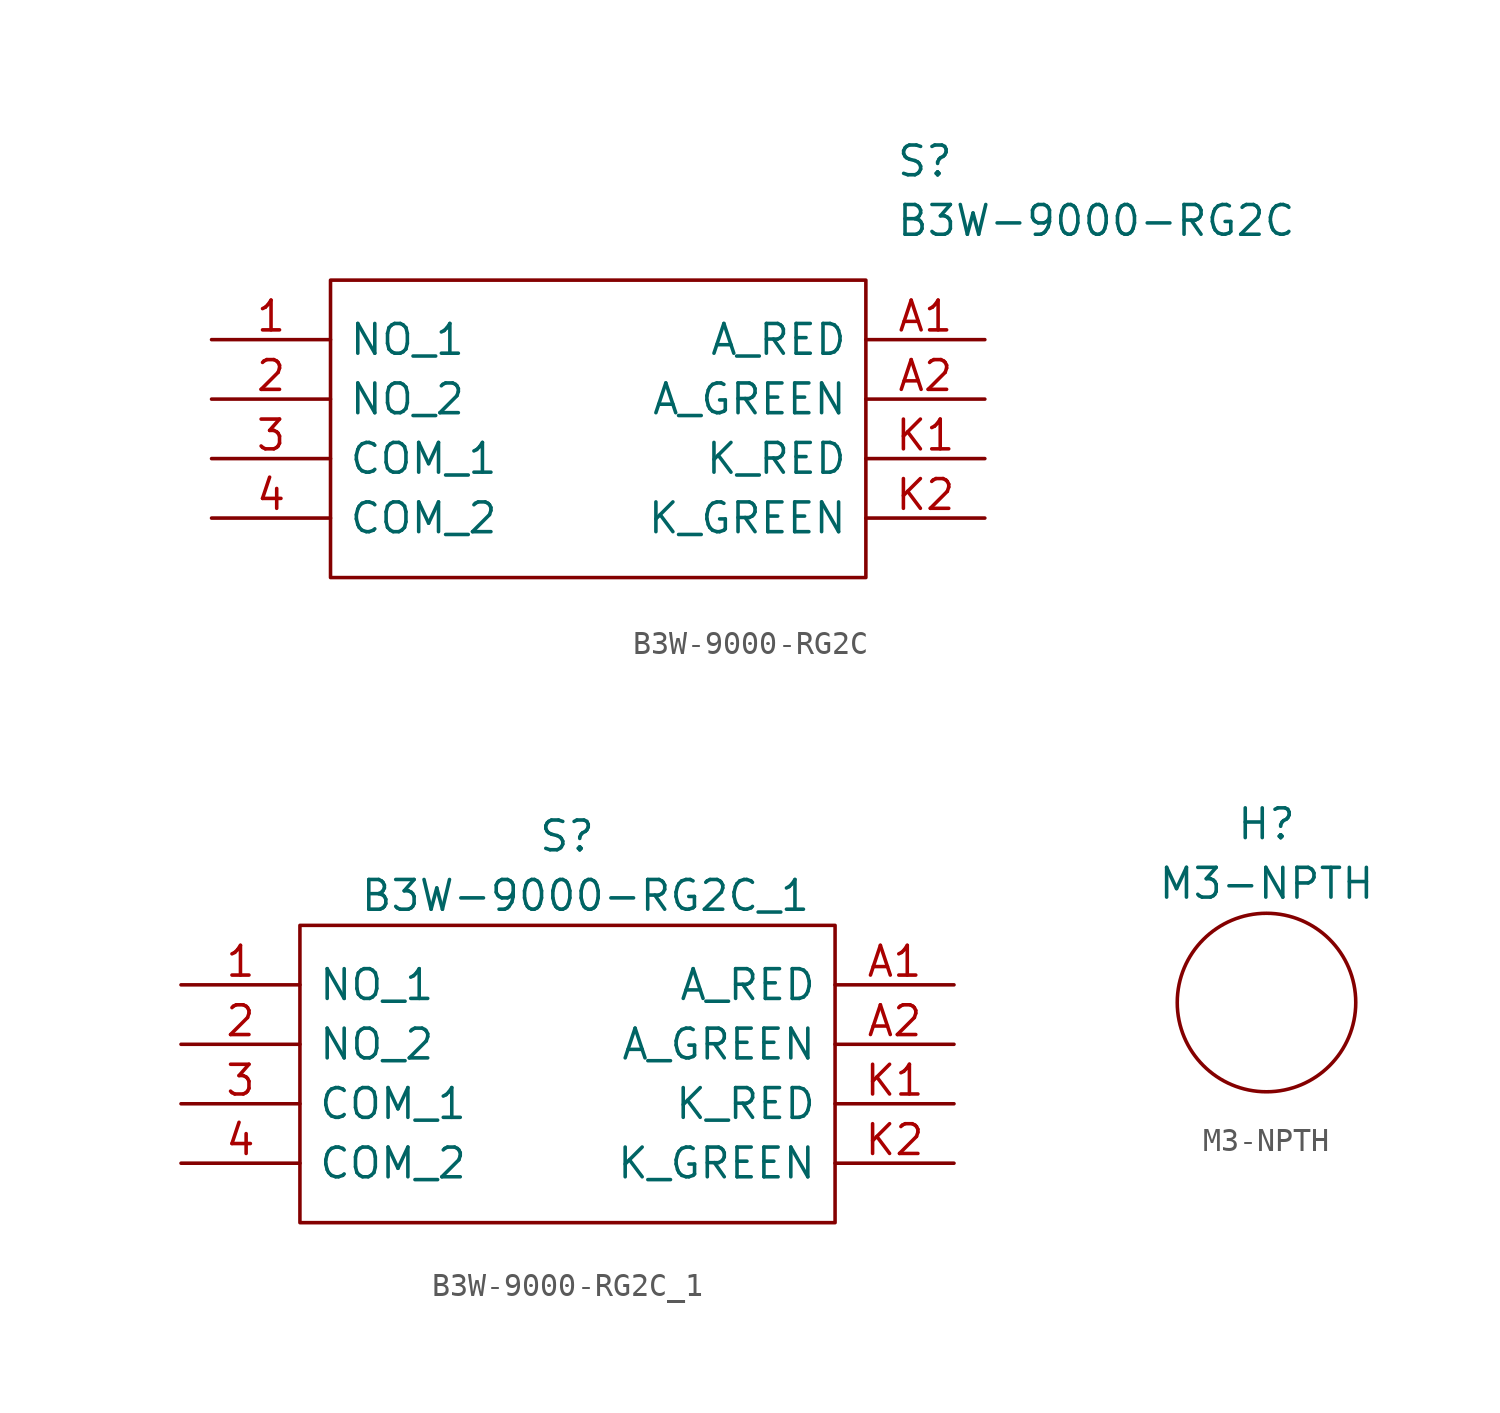
<source format=kicad_sym>
(kicad_symbol_lib
  (version 20211014)
  (generator kicad_symbol_editor)
  (symbol "B3W-9000-RG2C"
    (pin_names
      (offset 0.762))
    (property "Reference" "S"
      (at 29.21 7.62 0)
      (effects (font (size 1.27 1.27)) (justify left)))
    (property "Value" "B3W-9000-RG2C"
      (at 29.21 5.08 0)
      (effects (font (size 1.27 1.27)) (justify left)))
    (symbol "B3W-9000-RG2C_0_0"
      (pin passive line (at 0 0 0) (length 5.08) (name "NO_1" (effects (font (size 1.27 1.27)))) (number "1" (effects (font (size 1.27 1.27)))))
      (pin passive line (at 0 -2.54 0) (length 5.08) (name "NO_2" (effects (font (size 1.27 1.27)))) (number "2" (effects (font (size 1.27 1.27)))))
      (pin passive line (at 0 -5.08 0) (length 5.08) (name "COM_1" (effects (font (size 1.27 1.27)))) (number "3" (effects (font (size 1.27 1.27)))))
      (pin passive line (at 0 -7.62 0) (length 5.08) (name "COM_2" (effects (font (size 1.27 1.27)))) (number "4" (effects (font (size 1.27 1.27)))))
      (pin passive line (at 33.02 0 180) (length 5.08) (name "A_RED" (effects (font (size 1.27 1.27)))) (number "A1" (effects (font (size 1.27 1.27)))))
      (pin passive line (at 33.02 -2.54 180) (length 5.08) (name "A_GREEN" (effects (font (size 1.27 1.27)))) (number "A2" (effects (font (size 1.27 1.27)))))
      (pin passive line (at 33.02 -5.08 180) (length 5.08) (name "K_RED" (effects (font (size 1.27 1.27)))) (number "K1" (effects (font (size 1.27 1.27)))))
      (pin passive line (at 33.02 -7.62 180) (length 5.08) (name "K_GREEN" (effects (font (size 1.27 1.27)))) (number "K2" (effects (font (size 1.27 1.27))))))
    (symbol "B3W-9000-RG2C_0_1"
      (polyline (pts (xy 5.08 2.54) (xy 27.94 2.54) (xy 27.94 -10.16) (xy 5.08 -10.16) (xy 5.08 2.54)) (stroke (width 0.152) (type default) (color 0 0 0 0)) (fill (type none)))))
  (symbol "B3W-9000-RG2C_1"
    (pin_names
      (offset 0.762))
    (property "Reference" "S"
      (at 15.24 6.35 0)
      (effects (font (size 1.27 1.27)) (justify left)))
    (property "Value" "B3W-9000-RG2C_1"
      (at 7.62 3.81 0)
      (effects (font (size 1.27 1.27)) (justify left)))
    (symbol "B3W-9000-RG2C_1_0_0"
      (pin passive line (at 0 0 0) (length 5.08) (name "NO_1" (effects (font (size 1.27 1.27)))) (number "1" (effects (font (size 1.27 1.27)))))
      (pin passive line (at 0 -2.54 0) (length 5.08) (name "NO_2" (effects (font (size 1.27 1.27)))) (number "2" (effects (font (size 1.27 1.27)))))
      (pin passive line (at 0 -5.08 0) (length 5.08) (name "COM_1" (effects (font (size 1.27 1.27)))) (number "3" (effects (font (size 1.27 1.27)))))
      (pin passive line (at 0 -7.62 0) (length 5.08) (name "COM_2" (effects (font (size 1.27 1.27)))) (number "4" (effects (font (size 1.27 1.27)))))
      (pin passive line (at 33.02 0 180) (length 5.08) (name "A_RED" (effects (font (size 1.27 1.27)))) (number "A1" (effects (font (size 1.27 1.27)))))
      (pin passive line (at 33.02 -2.54 180) (length 5.08) (name "A_GREEN" (effects (font (size 1.27 1.27)))) (number "A2" (effects (font (size 1.27 1.27)))))
      (pin passive line (at 33.02 -5.08 180) (length 5.08) (name "K_RED" (effects (font (size 1.27 1.27)))) (number "K1" (effects (font (size 1.27 1.27)))))
      (pin passive line (at 33.02 -7.62 180) (length 5.08) (name "K_GREEN" (effects (font (size 1.27 1.27)))) (number "K2" (effects (font (size 1.27 1.27))))))
    (symbol "B3W-9000-RG2C_1_0_1"
      (polyline (pts (xy 5.08 2.54) (xy 27.94 2.54) (xy 27.94 -10.16) (xy 5.08 -10.16) (xy 5.08 2.54)) (stroke (width 0.152) (type default) (color 0 0 0 0)) (fill (type none)))))
  (symbol "M3-NPTH"
    (pin_numbers hide)
    (pin_names
      (offset 0) hide)
    (property "Reference" "H"
      (at 0 7.62 0)
      (effects (font (size 1.27 1.27))))
    (property "Value" "M3-NPTH"
      (at 0 5.08 0)
      (effects (font (size 1.27 1.27))))
    (symbol "M3-NPTH_0_1"
      (circle (center 0 0) (radius 3.81) (stroke (width 0) (type default) (color 0 0 0 0)) (fill (type none))))))
</source>
